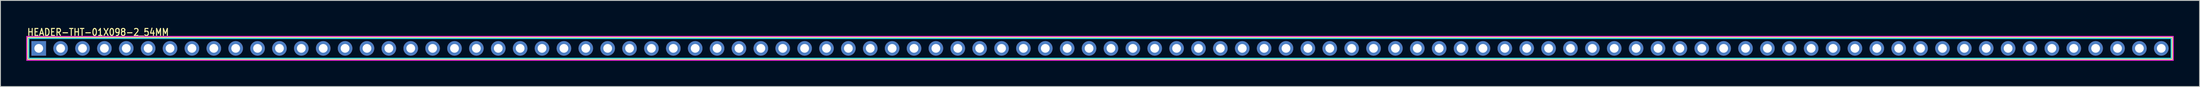
<source format=kicad_pcb>
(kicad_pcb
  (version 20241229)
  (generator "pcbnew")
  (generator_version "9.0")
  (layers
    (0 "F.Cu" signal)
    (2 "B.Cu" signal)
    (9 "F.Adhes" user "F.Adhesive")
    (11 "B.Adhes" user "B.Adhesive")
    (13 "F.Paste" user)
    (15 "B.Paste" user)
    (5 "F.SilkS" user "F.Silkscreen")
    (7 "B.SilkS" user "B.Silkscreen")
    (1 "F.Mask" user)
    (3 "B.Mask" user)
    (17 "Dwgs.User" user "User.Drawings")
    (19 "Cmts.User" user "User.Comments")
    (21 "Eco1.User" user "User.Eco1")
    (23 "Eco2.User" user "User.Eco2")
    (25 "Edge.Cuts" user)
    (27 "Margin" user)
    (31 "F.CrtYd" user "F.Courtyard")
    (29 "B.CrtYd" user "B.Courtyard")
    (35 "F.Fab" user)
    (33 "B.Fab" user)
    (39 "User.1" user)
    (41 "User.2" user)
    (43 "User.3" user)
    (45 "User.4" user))
  (footprint "HEADER-THT-01X098-2_54MM"
    (layer "F.Cu")
    (at 1.447 2.579)
    (property "Reference" "HEADER-THT-01X098-2_54MM" (at -1.4 -1.4 0) (unlocked yes) (layer "F.SilkS") (effects (font (size 0.813 0.695) (thickness 0.122)) (justify left bottom)))
    (fp_line (start -1.27 -1.27) (end -1.27 1.27) (stroke (width 0.127) (type solid)) (layer "F.SilkS"))
    (fp_line (start -1.27 1.27) (end 247.65 1.27) (stroke (width 0.127) (type solid)) (layer "F.SilkS"))
    (fp_line (start 247.65 -1.27) (end -1.27 -1.27) (stroke (width 0.127) (type solid)) (layer "F.SilkS"))
    (fp_line (start 247.65 1.27) (end 247.65 -1.27) (stroke (width 0.127) (type solid)) (layer "F.SilkS"))
    (fp_poly (pts (xy -1.143 -1.143) (xy 247.523 -1.143) (xy 247.523 1.143) (xy -1.143 1.143)) (stroke (width 0.1) (type solid)) (fill no) (layer "B.CrtYd"))
    (fp_poly (pts (xy -1.397 -1.397) (xy 247.777 -1.397) (xy 247.777 1.397) (xy -1.397 1.397)) (stroke (width 0.1) (type solid)) (fill no) (layer "F.CrtYd"))
    (pad "P$1" thru_hole rect (at 0 0) (size 1.693 1.693) (drill 1.016) (layers "*.Cu" "*.Mask"))
    (pad "P$2" thru_hole oval (at 2.54 0) (size 1.693 1.693) (drill 1.016) (layers "*.Cu" "*.Mask"))
    (pad "P$3" thru_hole oval (at 5.08 0) (size 1.693 1.693) (drill 1.016) (layers "*.Cu" "*.Mask"))
    (pad "P$4" thru_hole oval (at 7.62 0) (size 1.693 1.693) (drill 1.016) (layers "*.Cu" "*.Mask"))
    (pad "P$5" thru_hole oval (at 10.16 0) (size 1.693 1.693) (drill 1.016) (layers "*.Cu" "*.Mask"))
    (pad "P$6" thru_hole oval (at 12.7 0) (size 1.693 1.693) (drill 1.016) (layers "*.Cu" "*.Mask"))
    (pad "P$7" thru_hole oval (at 15.24 0) (size 1.693 1.693) (drill 1.016) (layers "*.Cu" "*.Mask"))
    (pad "P$8" thru_hole oval (at 17.78 0) (size 1.693 1.693) (drill 1.016) (layers "*.Cu" "*.Mask"))
    (pad "P$9" thru_hole oval (at 20.32 0) (size 1.693 1.693) (drill 1.016) (layers "*.Cu" "*.Mask"))
    (pad "P$10" thru_hole oval (at 22.86 0) (size 1.693 1.693) (drill 1.016) (layers "*.Cu" "*.Mask"))
    (pad "P$11" thru_hole oval (at 25.4 0) (size 1.693 1.693) (drill 1.016) (layers "*.Cu" "*.Mask"))
    (pad "P$12" thru_hole oval (at 27.94 0) (size 1.693 1.693) (drill 1.016) (layers "*.Cu" "*.Mask"))
    (pad "P$13" thru_hole oval (at 30.48 0) (size 1.693 1.693) (drill 1.016) (layers "*.Cu" "*.Mask"))
    (pad "P$14" thru_hole oval (at 33.02 0) (size 1.693 1.693) (drill 1.016) (layers "*.Cu" "*.Mask"))
    (pad "P$15" thru_hole oval (at 35.56 0) (size 1.693 1.693) (drill 1.016) (layers "*.Cu" "*.Mask"))
    (pad "P$16" thru_hole oval (at 38.1 0) (size 1.693 1.693) (drill 1.016) (layers "*.Cu" "*.Mask"))
    (pad "P$17" thru_hole oval (at 40.64 0) (size 1.693 1.693) (drill 1.016) (layers "*.Cu" "*.Mask"))
    (pad "P$18" thru_hole oval (at 43.18 0) (size 1.693 1.693) (drill 1.016) (layers "*.Cu" "*.Mask"))
    (pad "P$19" thru_hole oval (at 45.72 0) (size 1.693 1.693) (drill 1.016) (layers "*.Cu" "*.Mask"))
    (pad "P$20" thru_hole oval (at 48.26 0) (size 1.693 1.693) (drill 1.016) (layers "*.Cu" "*.Mask"))
    (pad "P$21" thru_hole oval (at 50.8 0) (size 1.693 1.693) (drill 1.016) (layers "*.Cu" "*.Mask"))
    (pad "P$22" thru_hole oval (at 53.34 0) (size 1.693 1.693) (drill 1.016) (layers "*.Cu" "*.Mask"))
    (pad "P$23" thru_hole oval (at 55.88 0) (size 1.693 1.693) (drill 1.016) (layers "*.Cu" "*.Mask"))
    (pad "P$24" thru_hole oval (at 58.42 0) (size 1.693 1.693) (drill 1.016) (layers "*.Cu" "*.Mask"))
    (pad "P$25" thru_hole oval (at 60.96 0) (size 1.693 1.693) (drill 1.016) (layers "*.Cu" "*.Mask"))
    (pad "P$26" thru_hole oval (at 63.5 0) (size 1.693 1.693) (drill 1.016) (layers "*.Cu" "*.Mask"))
    (pad "P$27" thru_hole oval (at 66.04 0) (size 1.693 1.693) (drill 1.016) (layers "*.Cu" "*.Mask"))
    (pad "P$28" thru_hole oval (at 68.58 0) (size 1.693 1.693) (drill 1.016) (layers "*.Cu" "*.Mask"))
    (pad "P$29" thru_hole oval (at 71.12 0) (size 1.693 1.693) (drill 1.016) (layers "*.Cu" "*.Mask"))
    (pad "P$30" thru_hole oval (at 73.66 0) (size 1.693 1.693) (drill 1.016) (layers "*.Cu" "*.Mask"))
    (pad "P$31" thru_hole oval (at 76.2 0) (size 1.693 1.693) (drill 1.016) (layers "*.Cu" "*.Mask"))
    (pad "P$32" thru_hole oval (at 78.74 0) (size 1.693 1.693) (drill 1.016) (layers "*.Cu" "*.Mask"))
    (pad "P$33" thru_hole oval (at 81.28 0) (size 1.693 1.693) (drill 1.016) (layers "*.Cu" "*.Mask"))
    (pad "P$34" thru_hole oval (at 83.82 0) (size 1.693 1.693) (drill 1.016) (layers "*.Cu" "*.Mask"))
    (pad "P$35" thru_hole oval (at 86.36 0) (size 1.693 1.693) (drill 1.016) (layers "*.Cu" "*.Mask"))
    (pad "P$36" thru_hole oval (at 88.9 0) (size 1.693 1.693) (drill 1.016) (layers "*.Cu" "*.Mask"))
    (pad "P$37" thru_hole oval (at 91.44 0) (size 1.693 1.693) (drill 1.016) (layers "*.Cu" "*.Mask"))
    (pad "P$38" thru_hole oval (at 93.98 0) (size 1.693 1.693) (drill 1.016) (layers "*.Cu" "*.Mask"))
    (pad "P$39" thru_hole oval (at 96.52 0) (size 1.693 1.693) (drill 1.016) (layers "*.Cu" "*.Mask"))
    (pad "P$40" thru_hole oval (at 99.06 0) (size 1.693 1.693) (drill 1.016) (layers "*.Cu" "*.Mask"))
    (pad "P$41" thru_hole oval (at 101.6 0) (size 1.693 1.693) (drill 1.016) (layers "*.Cu" "*.Mask"))
    (pad "P$42" thru_hole oval (at 104.14 0) (size 1.693 1.693) (drill 1.016) (layers "*.Cu" "*.Mask"))
    (pad "P$43" thru_hole oval (at 106.68 0) (size 1.693 1.693) (drill 1.016) (layers "*.Cu" "*.Mask"))
    (pad "P$44" thru_hole oval (at 109.22 0) (size 1.693 1.693) (drill 1.016) (layers "*.Cu" "*.Mask"))
    (pad "P$45" thru_hole oval (at 111.76 0) (size 1.693 1.693) (drill 1.016) (layers "*.Cu" "*.Mask"))
    (pad "P$46" thru_hole oval (at 114.3 0) (size 1.693 1.693) (drill 1.016) (layers "*.Cu" "*.Mask"))
    (pad "P$47" thru_hole oval (at 116.84 0) (size 1.693 1.693) (drill 1.016) (layers "*.Cu" "*.Mask"))
    (pad "P$48" thru_hole oval (at 119.38 0) (size 1.693 1.693) (drill 1.016) (layers "*.Cu" "*.Mask"))
    (pad "P$49" thru_hole oval (at 121.92 0) (size 1.693 1.693) (drill 1.016) (layers "*.Cu" "*.Mask"))
    (pad "P$50" thru_hole oval (at 124.46 0) (size 1.693 1.693) (drill 1.016) (layers "*.Cu" "*.Mask"))
    (pad "P$51" thru_hole oval (at 127 0) (size 1.693 1.693) (drill 1.016) (layers "*.Cu" "*.Mask"))
    (pad "P$52" thru_hole oval (at 129.54 0) (size 1.693 1.693) (drill 1.016) (layers "*.Cu" "*.Mask"))
    (pad "P$53" thru_hole oval (at 132.08 0) (size 1.693 1.693) (drill 1.016) (layers "*.Cu" "*.Mask"))
    (pad "P$54" thru_hole oval (at 134.62 0) (size 1.693 1.693) (drill 1.016) (layers "*.Cu" "*.Mask"))
    (pad "P$55" thru_hole oval (at 137.16 0) (size 1.693 1.693) (drill 1.016) (layers "*.Cu" "*.Mask"))
    (pad "P$56" thru_hole oval (at 139.7 0) (size 1.693 1.693) (drill 1.016) (layers "*.Cu" "*.Mask"))
    (pad "P$57" thru_hole oval (at 142.24 0) (size 1.693 1.693) (drill 1.016) (layers "*.Cu" "*.Mask"))
    (pad "P$58" thru_hole oval (at 144.78 0) (size 1.693 1.693) (drill 1.016) (layers "*.Cu" "*.Mask"))
    (pad "P$59" thru_hole oval (at 147.32 0) (size 1.693 1.693) (drill 1.016) (layers "*.Cu" "*.Mask"))
    (pad "P$60" thru_hole oval (at 149.86 0) (size 1.693 1.693) (drill 1.016) (layers "*.Cu" "*.Mask"))
    (pad "P$61" thru_hole oval (at 152.4 0) (size 1.693 1.693) (drill 1.016) (layers "*.Cu" "*.Mask"))
    (pad "P$62" thru_hole oval (at 154.94 0) (size 1.693 1.693) (drill 1.016) (layers "*.Cu" "*.Mask"))
    (pad "P$63" thru_hole oval (at 157.48 0) (size 1.693 1.693) (drill 1.016) (layers "*.Cu" "*.Mask"))
    (pad "P$64" thru_hole oval (at 160.02 0) (size 1.693 1.693) (drill 1.016) (layers "*.Cu" "*.Mask"))
    (pad "P$65" thru_hole oval (at 162.56 0) (size 1.693 1.693) (drill 1.016) (layers "*.Cu" "*.Mask"))
    (pad "P$66" thru_hole oval (at 165.1 0) (size 1.693 1.693) (drill 1.016) (layers "*.Cu" "*.Mask"))
    (pad "P$67" thru_hole oval (at 167.64 0) (size 1.693 1.693) (drill 1.016) (layers "*.Cu" "*.Mask"))
    (pad "P$68" thru_hole oval (at 170.18 0) (size 1.693 1.693) (drill 1.016) (layers "*.Cu" "*.Mask"))
    (pad "P$69" thru_hole oval (at 172.72 0) (size 1.693 1.693) (drill 1.016) (layers "*.Cu" "*.Mask"))
    (pad "P$70" thru_hole oval (at 175.26 0) (size 1.693 1.693) (drill 1.016) (layers "*.Cu" "*.Mask"))
    (pad "P$71" thru_hole oval (at 177.8 0) (size 1.693 1.693) (drill 1.016) (layers "*.Cu" "*.Mask"))
    (pad "P$72" thru_hole oval (at 180.34 0) (size 1.693 1.693) (drill 1.016) (layers "*.Cu" "*.Mask"))
    (pad "P$73" thru_hole oval (at 182.88 0) (size 1.693 1.693) (drill 1.016) (layers "*.Cu" "*.Mask"))
    (pad "P$74" thru_hole oval (at 185.42 0) (size 1.693 1.693) (drill 1.016) (layers "*.Cu" "*.Mask"))
    (pad "P$75" thru_hole oval (at 187.96 0) (size 1.693 1.693) (drill 1.016) (layers "*.Cu" "*.Mask"))
    (pad "P$76" thru_hole oval (at 190.5 0) (size 1.693 1.693) (drill 1.016) (layers "*.Cu" "*.Mask"))
    (pad "P$77" thru_hole oval (at 193.04 0) (size 1.693 1.693) (drill 1.016) (layers "*.Cu" "*.Mask"))
    (pad "P$78" thru_hole oval (at 195.58 0) (size 1.693 1.693) (drill 1.016) (layers "*.Cu" "*.Mask"))
    (pad "P$79" thru_hole oval (at 198.12 0) (size 1.693 1.693) (drill 1.016) (layers "*.Cu" "*.Mask"))
    (pad "P$80" thru_hole oval (at 200.66 0) (size 1.693 1.693) (drill 1.016) (layers "*.Cu" "*.Mask"))
    (pad "P$81" thru_hole oval (at 203.2 0) (size 1.693 1.693) (drill 1.016) (layers "*.Cu" "*.Mask"))
    (pad "P$82" thru_hole oval (at 205.74 0) (size 1.693 1.693) (drill 1.016) (layers "*.Cu" "*.Mask"))
    (pad "P$83" thru_hole oval (at 208.28 0) (size 1.693 1.693) (drill 1.016) (layers "*.Cu" "*.Mask"))
    (pad "P$84" thru_hole oval (at 210.82 0) (size 1.693 1.693) (drill 1.016) (layers "*.Cu" "*.Mask"))
    (pad "P$85" thru_hole oval (at 213.36 0) (size 1.693 1.693) (drill 1.016) (layers "*.Cu" "*.Mask"))
    (pad "P$86" thru_hole oval (at 215.9 0) (size 1.693 1.693) (drill 1.016) (layers "*.Cu" "*.Mask"))
    (pad "P$87" thru_hole oval (at 218.44 0) (size 1.693 1.693) (drill 1.016) (layers "*.Cu" "*.Mask"))
    (pad "P$88" thru_hole oval (at 220.98 0) (size 1.693 1.693) (drill 1.016) (layers "*.Cu" "*.Mask"))
    (pad "P$89" thru_hole oval (at 223.52 0) (size 1.693 1.693) (drill 1.016) (layers "*.Cu" "*.Mask"))
    (pad "P$90" thru_hole oval (at 226.06 0) (size 1.693 1.693) (drill 1.016) (layers "*.Cu" "*.Mask"))
    (pad "P$91" thru_hole oval (at 228.6 0) (size 1.693 1.693) (drill 1.016) (layers "*.Cu" "*.Mask"))
    (pad "P$92" thru_hole oval (at 231.14 0) (size 1.693 1.693) (drill 1.016) (layers "*.Cu" "*.Mask"))
    (pad "P$93" thru_hole oval (at 233.68 0) (size 1.693 1.693) (drill 1.016) (layers "*.Cu" "*.Mask"))
    (pad "P$94" thru_hole oval (at 236.22 0) (size 1.693 1.693) (drill 1.016) (layers "*.Cu" "*.Mask"))
    (pad "P$95" thru_hole oval (at 238.76 0) (size 1.693 1.693) (drill 1.016) (layers "*.Cu" "*.Mask"))
    (pad "P$96" thru_hole oval (at 241.3 0) (size 1.693 1.693) (drill 1.016) (layers "*.Cu" "*.Mask"))
    (pad "P$97" thru_hole oval (at 243.84 0) (size 1.693 1.693) (drill 1.016) (layers "*.Cu" "*.Mask"))
    (pad "P$98" thru_hole oval (at 246.38 0) (size 1.693 1.693) (drill 1.016) (layers "*.Cu" "*.Mask")))
  (gr_rect
    (start -3 -3)
    (end 252.274 7.026)
    (stroke (width 0.1) (type default))
    (fill no)
    (layer "Edge.Cuts")))
</source>
